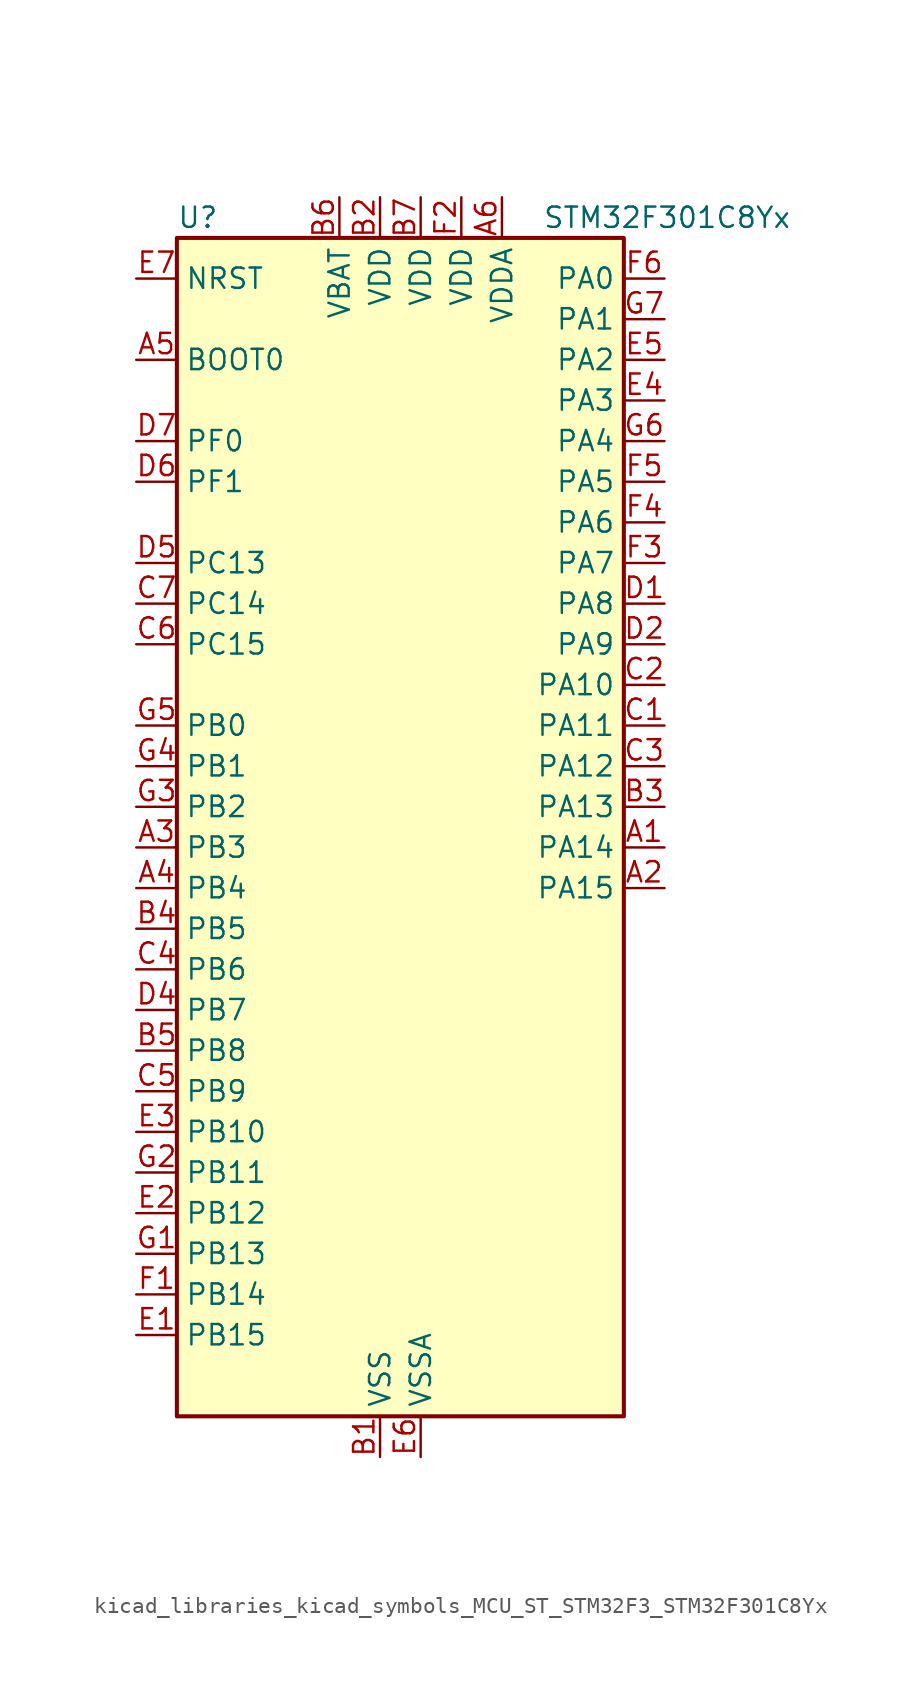
<source format=kicad_sym>
(kicad_symbol_lib
  (version 20220914)
  (generator kicad_symbol_editor)
  (symbol "kicad_libraries_kicad_symbols_MCU_ST_STM32F3_STM32F301C8Yx"
    (property "Reference" "U"
      (at -12.7 39.37 0)
      (effects (font (size 1.27 1.27)) (justify left)))
    (property "Value" "STM32F301C8Yx"
      (at 10.16 39.37 0)
      (effects (font (size 1.27 1.27)) (justify left)))
    (property "ki_locked" ""
      (at 0 0 0)
      (effects (font (size 1.27 1.27))))
    (symbol "kicad_libraries_kicad_symbols_MCU_ST_STM32F3_STM32F301C8Yx_0_1"
      (rectangle (start -12.7 -35.56) (end 15.24 38.1) (stroke (width 0.254) (type default)) (fill (type background))))
    (symbol "kicad_libraries_kicad_symbols_MCU_ST_STM32F3_STM32F301C8Yx_1_1"
      (pin bidirectional line (at 17.78 0 180) (length 2.54) (name "PA14" (effects (font (size 1.27 1.27)))) (number "A1" (effects (font (size 1.27 1.27)))) (alternate "I2C1_SDA" bidirectional line) (alternate "SYS_JTCK-SWCLK" bidirectional line) (alternate "TIM1_BKIN" bidirectional line) (alternate "TSC_G4_IO4" bidirectional line) (alternate "USART2_TX" bidirectional line))
      (pin bidirectional line (at 17.78 -2.54 180) (length 2.54) (name "PA15" (effects (font (size 1.27 1.27)))) (number "A2" (effects (font (size 1.27 1.27)))) (alternate "ADC1_EXTI15" bidirectional line) (alternate "I2C1_SCL" bidirectional line) (alternate "I2S3_WS" bidirectional line) (alternate "SPI3_NSS" bidirectional line) (alternate "SYS_JTDI" bidirectional line) (alternate "TIM1_BKIN" bidirectional line) (alternate "TIM2_CH1" bidirectional line) (alternate "TIM2_ETR" bidirectional line) (alternate "TSC_SYNC" bidirectional line) (alternate "USART2_RX" bidirectional line))
      (pin bidirectional line (at -15.24 0 0) (length 2.54) (name "PB3" (effects (font (size 1.27 1.27)))) (number "A3" (effects (font (size 1.27 1.27)))) (alternate "I2S3_CK" bidirectional line) (alternate "SPI3_SCK" bidirectional line) (alternate "SYS_JTDO-TRACESWO" bidirectional line) (alternate "TIM2_CH2" bidirectional line) (alternate "TSC_G5_IO1" bidirectional line) (alternate "USART2_TX" bidirectional line))
      (pin bidirectional line (at -15.24 -2.54 0) (length 2.54) (name "PB4" (effects (font (size 1.27 1.27)))) (number "A4" (effects (font (size 1.27 1.27)))) (alternate "I2S3_ext_SD" bidirectional line) (alternate "SPI3_MISO" bidirectional line) (alternate "SYS_NJTRST" bidirectional line) (alternate "TIM16_CH1" bidirectional line) (alternate "TIM17_BKIN" bidirectional line) (alternate "TSC_G5_IO2" bidirectional line) (alternate "USART2_RX" bidirectional line))
      (pin input line (at -15.24 30.48 0) (length 2.54) (name "BOOT0" (effects (font (size 1.27 1.27)))) (number "A5" (effects (font (size 1.27 1.27)))))
      (pin power_in line (at 7.62 40.64 270) (length 2.54) (name "VDDA" (effects (font (size 1.27 1.27)))) (number "A6" (effects (font (size 1.27 1.27)))))
      (pin no_connect line (at -12.7 -35.56 0) (length 2.54) hide (name "NC" (effects (font (size 1.27 1.27)))) (number "A7" (effects (font (size 1.27 1.27)))))
      (pin power_in line (at 0 -38.1 90) (length 2.54) (name "VSS" (effects (font (size 1.27 1.27)))) (number "B1" (effects (font (size 1.27 1.27)))))
      (pin power_in line (at 0 40.64 270) (length 2.54) (name "VDD" (effects (font (size 1.27 1.27)))) (number "B2" (effects (font (size 1.27 1.27)))))
      (pin bidirectional line (at 17.78 2.54 180) (length 2.54) (name "PA13" (effects (font (size 1.27 1.27)))) (number "B3" (effects (font (size 1.27 1.27)))) (alternate "IR_OUT" bidirectional line) (alternate "SYS_JTMS-SWDIO" bidirectional line) (alternate "TIM16_CH1N" bidirectional line) (alternate "TSC_G4_IO3" bidirectional line) (alternate "USART3_CTS" bidirectional line))
      (pin bidirectional line (at -15.24 -5.08 0) (length 2.54) (name "PB5" (effects (font (size 1.27 1.27)))) (number "B4" (effects (font (size 1.27 1.27)))) (alternate "I2C1_SMBA" bidirectional line) (alternate "I2C3_SDA" bidirectional line) (alternate "I2S3_SD" bidirectional line) (alternate "SPI3_MOSI" bidirectional line) (alternate "TIM16_BKIN" bidirectional line) (alternate "TIM17_CH1" bidirectional line) (alternate "USART2_CK" bidirectional line))
      (pin bidirectional line (at -15.24 -12.7 0) (length 2.54) (name "PB8" (effects (font (size 1.27 1.27)))) (number "B5" (effects (font (size 1.27 1.27)))) (alternate "I2C1_SCL" bidirectional line) (alternate "TIM16_CH1" bidirectional line) (alternate "TIM1_BKIN" bidirectional line) (alternate "TSC_SYNC" bidirectional line) (alternate "USART3_RX" bidirectional line))
      (pin power_in line (at -2.54 40.64 270) (length 2.54) (name "VBAT" (effects (font (size 1.27 1.27)))) (number "B6" (effects (font (size 1.27 1.27)))))
      (pin power_in line (at 2.54 40.64 270) (length 2.54) (name "VDD" (effects (font (size 1.27 1.27)))) (number "B7" (effects (font (size 1.27 1.27)))))
      (pin bidirectional line (at 17.78 7.62 180) (length 2.54) (name "PA11" (effects (font (size 1.27 1.27)))) (number "C1" (effects (font (size 1.27 1.27)))) (alternate "ADC1_EXTI11" bidirectional line) (alternate "I2S2_SD" bidirectional line) (alternate "SPI2_MOSI" bidirectional line) (alternate "TIM1_BKIN2" bidirectional line) (alternate "TIM1_CH1N" bidirectional line) (alternate "TIM1_CH4" bidirectional line) (alternate "USART1_CTS" bidirectional line))
      (pin bidirectional line (at 17.78 10.16 180) (length 2.54) (name "PA10" (effects (font (size 1.27 1.27)))) (number "C2" (effects (font (size 1.27 1.27)))) (alternate "COMP6_OUT" bidirectional line) (alternate "I2C2_SDA" bidirectional line) (alternate "I2S2_ext_SD" bidirectional line) (alternate "SPI2_MISO" bidirectional line) (alternate "TIM17_BKIN" bidirectional line) (alternate "TIM1_CH3" bidirectional line) (alternate "TIM2_CH4" bidirectional line) (alternate "TSC_G4_IO2" bidirectional line) (alternate "USART1_RX" bidirectional line))
      (pin bidirectional line (at 17.78 5.08 180) (length 2.54) (name "PA12" (effects (font (size 1.27 1.27)))) (number "C3" (effects (font (size 1.27 1.27)))) (alternate "COMP2_OUT" bidirectional line) (alternate "I2S_CKIN" bidirectional line) (alternate "TIM16_CH1" bidirectional line) (alternate "TIM1_CH2N" bidirectional line) (alternate "TIM1_ETR" bidirectional line) (alternate "USART1_DE" bidirectional line) (alternate "USART1_RTS" bidirectional line))
      (pin bidirectional line (at -15.24 -7.62 0) (length 2.54) (name "PB6" (effects (font (size 1.27 1.27)))) (number "C4" (effects (font (size 1.27 1.27)))) (alternate "I2C1_SCL" bidirectional line) (alternate "TIM16_CH1N" bidirectional line) (alternate "TSC_G5_IO3" bidirectional line) (alternate "USART1_TX" bidirectional line))
      (pin bidirectional line (at -15.24 -15.24 0) (length 2.54) (name "PB9" (effects (font (size 1.27 1.27)))) (number "C5" (effects (font (size 1.27 1.27)))) (alternate "COMP2_OUT" bidirectional line) (alternate "DAC_EXTI9" bidirectional line) (alternate "I2C1_SDA" bidirectional line) (alternate "IR_OUT" bidirectional line) (alternate "TIM17_CH1" bidirectional line) (alternate "USART3_TX" bidirectional line))
      (pin bidirectional line (at -15.24 12.7 0) (length 2.54) (name "PC15" (effects (font (size 1.27 1.27)))) (number "C6" (effects (font (size 1.27 1.27)))) (alternate "ADC1_EXTI15" bidirectional line) (alternate "RCC_OSC32_OUT" bidirectional line))
      (pin bidirectional line (at -15.24 15.24 0) (length 2.54) (name "PC14" (effects (font (size 1.27 1.27)))) (number "C7" (effects (font (size 1.27 1.27)))) (alternate "RCC_OSC32_IN" bidirectional line))
      (pin bidirectional line (at 17.78 15.24 180) (length 2.54) (name "PA8" (effects (font (size 1.27 1.27)))) (number "D1" (effects (font (size 1.27 1.27)))) (alternate "I2C2_SMBA" bidirectional line) (alternate "I2C3_SCL" bidirectional line) (alternate "I2S2_MCK" bidirectional line) (alternate "RCC_MCO" bidirectional line) (alternate "TIM1_CH1" bidirectional line) (alternate "USART1_CK" bidirectional line))
      (pin bidirectional line (at 17.78 12.7 180) (length 2.54) (name "PA9" (effects (font (size 1.27 1.27)))) (number "D2" (effects (font (size 1.27 1.27)))) (alternate "DAC_EXTI9" bidirectional line) (alternate "I2C2_SCL" bidirectional line) (alternate "I2C3_SMBA" bidirectional line) (alternate "I2S3_MCK" bidirectional line) (alternate "TIM15_BKIN" bidirectional line) (alternate "TIM1_CH2" bidirectional line) (alternate "TIM2_CH3" bidirectional line) (alternate "TSC_G4_IO1" bidirectional line) (alternate "USART1_TX" bidirectional line))
      (pin passive line (at 0 -38.1 90) (length 2.54) hide (name "VSS" (effects (font (size 1.27 1.27)))) (number "D3" (effects (font (size 1.27 1.27)))))
      (pin bidirectional line (at -15.24 -10.16 0) (length 2.54) (name "PB7" (effects (font (size 1.27 1.27)))) (number "D4" (effects (font (size 1.27 1.27)))) (alternate "I2C1_SDA" bidirectional line) (alternate "TIM17_CH1N" bidirectional line) (alternate "TSC_G5_IO4" bidirectional line) (alternate "USART1_RX" bidirectional line))
      (pin bidirectional line (at -15.24 17.78 0) (length 2.54) (name "PC13" (effects (font (size 1.27 1.27)))) (number "D5" (effects (font (size 1.27 1.27)))) (alternate "RTC_OUT_ALARM" bidirectional line) (alternate "RTC_OUT_CALIB" bidirectional line) (alternate "RTC_TAMP1" bidirectional line) (alternate "RTC_TS" bidirectional line) (alternate "SYS_WKUP2" bidirectional line) (alternate "TIM1_CH1N" bidirectional line))
      (pin bidirectional line (at -15.24 22.86 0) (length 2.54) (name "PF1" (effects (font (size 1.27 1.27)))) (number "D6" (effects (font (size 1.27 1.27)))) (alternate "I2C2_SCL" bidirectional line) (alternate "I2S2_CK" bidirectional line) (alternate "RCC_OSC_OUT" bidirectional line) (alternate "SPI2_SCK" bidirectional line))
      (pin bidirectional line (at -15.24 25.4 0) (length 2.54) (name "PF0" (effects (font (size 1.27 1.27)))) (number "D7" (effects (font (size 1.27 1.27)))) (alternate "I2C2_SDA" bidirectional line) (alternate "I2S2_WS" bidirectional line) (alternate "RCC_OSC_IN" bidirectional line) (alternate "SPI2_NSS" bidirectional line) (alternate "TIM1_CH3N" bidirectional line))
      (pin bidirectional line (at -15.24 -30.48 0) (length 2.54) (name "PB15" (effects (font (size 1.27 1.27)))) (number "E1" (effects (font (size 1.27 1.27)))) (alternate "ADC1_EXTI15" bidirectional line) (alternate "COMP6_INM" bidirectional line) (alternate "I2S2_SD" bidirectional line) (alternate "RTC_REFIN" bidirectional line) (alternate "SPI2_MOSI" bidirectional line) (alternate "TIM15_CH1N" bidirectional line) (alternate "TIM15_CH2" bidirectional line) (alternate "TIM1_CH3N" bidirectional line))
      (pin bidirectional line (at -15.24 -22.86 0) (length 2.54) (name "PB12" (effects (font (size 1.27 1.27)))) (number "E2" (effects (font (size 1.27 1.27)))) (alternate "I2C2_SMBA" bidirectional line) (alternate "I2S2_WS" bidirectional line) (alternate "SPI2_NSS" bidirectional line) (alternate "TIM1_BKIN" bidirectional line) (alternate "TSC_G6_IO2" bidirectional line) (alternate "USART3_CK" bidirectional line))
      (pin bidirectional line (at -15.24 -17.78 0) (length 2.54) (name "PB10" (effects (font (size 1.27 1.27)))) (number "E3" (effects (font (size 1.27 1.27)))) (alternate "TIM2_CH3" bidirectional line) (alternate "TSC_SYNC" bidirectional line) (alternate "USART3_TX" bidirectional line))
      (pin bidirectional line (at 17.78 27.94 180) (length 2.54) (name "PA3" (effects (font (size 1.27 1.27)))) (number "E4" (effects (font (size 1.27 1.27)))) (alternate "ADC1_IN4" bidirectional line) (alternate "TIM15_CH2" bidirectional line) (alternate "TIM2_CH4" bidirectional line) (alternate "TSC_G1_IO4" bidirectional line) (alternate "USART2_RX" bidirectional line))
      (pin bidirectional line (at 17.78 30.48 180) (length 2.54) (name "PA2" (effects (font (size 1.27 1.27)))) (number "E5" (effects (font (size 1.27 1.27)))) (alternate "ADC1_IN3" bidirectional line) (alternate "COMP2_INM" bidirectional line) (alternate "COMP2_OUT" bidirectional line) (alternate "TIM15_CH1" bidirectional line) (alternate "TIM2_CH3" bidirectional line) (alternate "TSC_G1_IO3" bidirectional line) (alternate "USART2_TX" bidirectional line))
      (pin power_in line (at 2.54 -38.1 90) (length 2.54) (name "VSSA" (effects (font (size 1.27 1.27)))) (number "E6" (effects (font (size 1.27 1.27)))))
      (pin input line (at -15.24 35.56 0) (length 2.54) (name "NRST" (effects (font (size 1.27 1.27)))) (number "E7" (effects (font (size 1.27 1.27)))))
      (pin bidirectional line (at -15.24 -27.94 0) (length 2.54) (name "PB14" (effects (font (size 1.27 1.27)))) (number "F1" (effects (font (size 1.27 1.27)))) (alternate "I2S2_ext_SD" bidirectional line) (alternate "OPAMP2_VINP" bidirectional line) (alternate "OPAMP2_VINP_SEC" bidirectional line) (alternate "SPI2_MISO" bidirectional line) (alternate "TIM15_CH1" bidirectional line) (alternate "TIM1_CH2N" bidirectional line) (alternate "TSC_G6_IO4" bidirectional line) (alternate "USART3_DE" bidirectional line) (alternate "USART3_RTS" bidirectional line))
      (pin power_in line (at 5.08 40.64 270) (length 2.54) (name "VDD" (effects (font (size 1.27 1.27)))) (number "F2" (effects (font (size 1.27 1.27)))))
      (pin bidirectional line (at 17.78 17.78 180) (length 2.54) (name "PA7" (effects (font (size 1.27 1.27)))) (number "F3" (effects (font (size 1.27 1.27)))) (alternate "ADC1_IN15" bidirectional line) (alternate "COMP2_INP" bidirectional line) (alternate "OPAMP2_VINP" bidirectional line) (alternate "OPAMP2_VINP_SEC" bidirectional line) (alternate "TIM17_CH1" bidirectional line) (alternate "TIM1_CH1N" bidirectional line) (alternate "TSC_G2_IO4" bidirectional line))
      (pin bidirectional line (at 17.78 20.32 180) (length 2.54) (name "PA6" (effects (font (size 1.27 1.27)))) (number "F4" (effects (font (size 1.27 1.27)))) (alternate "ADC1_IN10" bidirectional line) (alternate "OPAMP2_VOUT" bidirectional line) (alternate "TIM16_CH1" bidirectional line) (alternate "TIM1_BKIN" bidirectional line) (alternate "TSC_G2_IO3" bidirectional line))
      (pin bidirectional line (at 17.78 22.86 180) (length 2.54) (name "PA5" (effects (font (size 1.27 1.27)))) (number "F5" (effects (font (size 1.27 1.27)))) (alternate "OPAMP2_VINM" bidirectional line) (alternate "OPAMP2_VINM_SEC" bidirectional line) (alternate "TIM2_CH1" bidirectional line) (alternate "TIM2_ETR" bidirectional line) (alternate "TSC_G2_IO2" bidirectional line))
      (pin bidirectional line (at 17.78 35.56 180) (length 2.54) (name "PA0" (effects (font (size 1.27 1.27)))) (number "F6" (effects (font (size 1.27 1.27)))) (alternate "ADC1_IN1" bidirectional line) (alternate "RTC_TAMP2" bidirectional line) (alternate "SYS_WKUP1" bidirectional line) (alternate "TIM2_CH1" bidirectional line) (alternate "TIM2_ETR" bidirectional line) (alternate "TSC_G1_IO1" bidirectional line) (alternate "USART2_CTS" bidirectional line))
      (pin passive line (at 0 -38.1 90) (length 2.54) hide (name "VSS" (effects (font (size 1.27 1.27)))) (number "F7" (effects (font (size 1.27 1.27)))))
      (pin bidirectional line (at -15.24 -25.4 0) (length 2.54) (name "PB13" (effects (font (size 1.27 1.27)))) (number "G1" (effects (font (size 1.27 1.27)))) (alternate "ADC1_IN13" bidirectional line) (alternate "I2S2_CK" bidirectional line) (alternate "SPI2_SCK" bidirectional line) (alternate "TIM1_CH1N" bidirectional line) (alternate "TSC_G6_IO3" bidirectional line) (alternate "USART3_CTS" bidirectional line))
      (pin bidirectional line (at -15.24 -20.32 0) (length 2.54) (name "PB11" (effects (font (size 1.27 1.27)))) (number "G2" (effects (font (size 1.27 1.27)))) (alternate "ADC1_EXTI11" bidirectional line) (alternate "ADC1_IN14" bidirectional line) (alternate "COMP6_INP" bidirectional line) (alternate "TIM2_CH4" bidirectional line) (alternate "TSC_G6_IO1" bidirectional line) (alternate "USART3_RX" bidirectional line))
      (pin bidirectional line (at -15.24 2.54 0) (length 2.54) (name "PB2" (effects (font (size 1.27 1.27)))) (number "G3" (effects (font (size 1.27 1.27)))) (alternate "COMP4_INM" bidirectional line) (alternate "TSC_G3_IO4" bidirectional line))
      (pin bidirectional line (at -15.24 5.08 0) (length 2.54) (name "PB1" (effects (font (size 1.27 1.27)))) (number "G4" (effects (font (size 1.27 1.27)))) (alternate "ADC1_IN12" bidirectional line) (alternate "COMP4_OUT" bidirectional line) (alternate "TIM1_CH3N" bidirectional line) (alternate "TSC_G3_IO3" bidirectional line))
      (pin bidirectional line (at -15.24 7.62 0) (length 2.54) (name "PB0" (effects (font (size 1.27 1.27)))) (number "G5" (effects (font (size 1.27 1.27)))) (alternate "ADC1_IN11" bidirectional line) (alternate "COMP4_INP" bidirectional line) (alternate "OPAMP2_VINP" bidirectional line) (alternate "OPAMP2_VINP_SEC" bidirectional line) (alternate "TIM1_CH2N" bidirectional line) (alternate "TSC_G3_IO2" bidirectional line))
      (pin bidirectional line (at 17.78 25.4 180) (length 2.54) (name "PA4" (effects (font (size 1.27 1.27)))) (number "G6" (effects (font (size 1.27 1.27)))) (alternate "ADC1_IN5" bidirectional line) (alternate "COMP2_INM" bidirectional line) (alternate "COMP4_INM" bidirectional line) (alternate "COMP6_INM" bidirectional line) (alternate "DAC_OUT1" bidirectional line) (alternate "I2S3_WS" bidirectional line) (alternate "SPI3_NSS" bidirectional line) (alternate "TSC_G2_IO1" bidirectional line) (alternate "USART2_CK" bidirectional line))
      (pin bidirectional line (at 17.78 33.02 180) (length 2.54) (name "PA1" (effects (font (size 1.27 1.27)))) (number "G7" (effects (font (size 1.27 1.27)))) (alternate "ADC1_IN2" bidirectional line) (alternate "RTC_REFIN" bidirectional line) (alternate "TIM15_CH1N" bidirectional line) (alternate "TIM2_CH2" bidirectional line) (alternate "TSC_G1_IO2" bidirectional line) (alternate "USART2_DE" bidirectional line) (alternate "USART2_RTS" bidirectional line)))))
</source>
